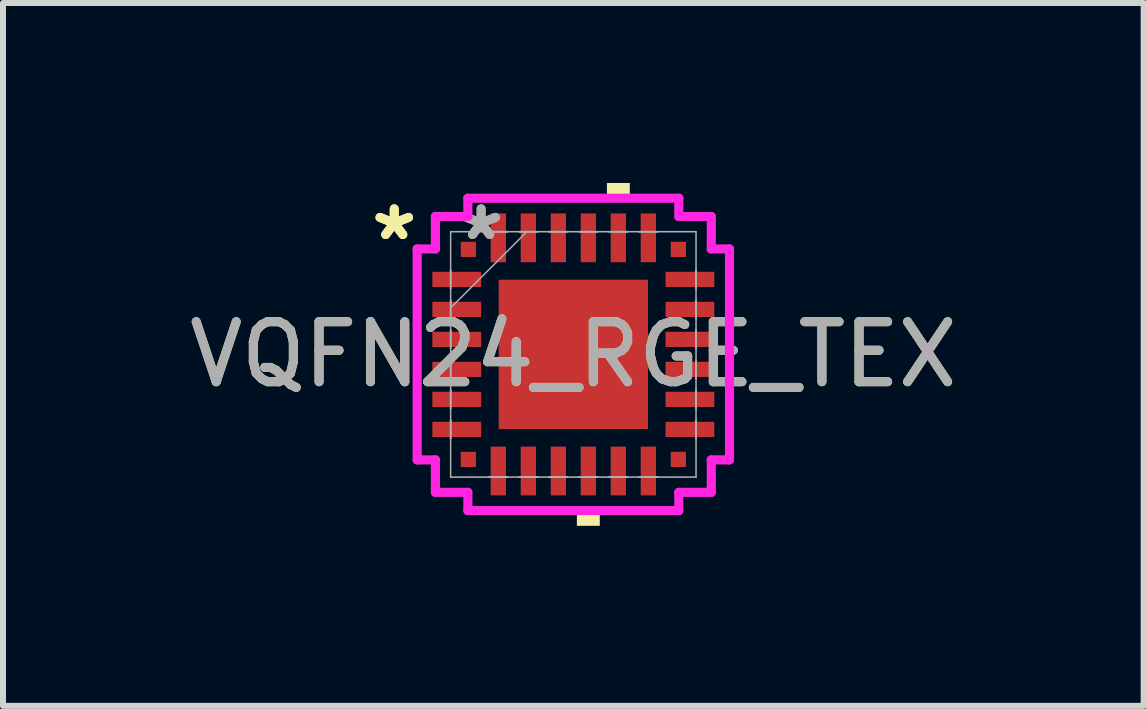
<source format=kicad_pcb>
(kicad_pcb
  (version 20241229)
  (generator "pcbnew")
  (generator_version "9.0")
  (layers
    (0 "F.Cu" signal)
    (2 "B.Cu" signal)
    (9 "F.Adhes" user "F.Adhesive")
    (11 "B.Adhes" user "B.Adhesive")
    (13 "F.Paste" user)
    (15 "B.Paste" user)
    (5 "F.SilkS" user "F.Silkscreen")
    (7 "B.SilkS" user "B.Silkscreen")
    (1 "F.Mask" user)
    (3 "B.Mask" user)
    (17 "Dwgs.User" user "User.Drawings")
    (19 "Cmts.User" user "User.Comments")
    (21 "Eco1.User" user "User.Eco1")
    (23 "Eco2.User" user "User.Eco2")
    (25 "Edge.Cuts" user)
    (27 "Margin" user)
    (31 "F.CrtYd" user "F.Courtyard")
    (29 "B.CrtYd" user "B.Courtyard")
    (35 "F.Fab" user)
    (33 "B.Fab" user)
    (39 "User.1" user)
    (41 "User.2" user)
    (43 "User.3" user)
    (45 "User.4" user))
  (footprint "VQFN24_RGE_TEX"
    (layer "F.Cu")
    (at 6.506 2.857)
    (property "Reference" "VQFN24_RGE_TEX" (at 0 0 0) (unlocked yes) (layer "F.SilkS") (effects (font (size 1 1) (thickness 0.15))))
    (attr smd)
    (fp_poly (pts (xy 0.059 2.603) (xy 0.059 2.857) (xy 0.441 2.857) (xy 0.441 2.603)) (stroke (width 0) (type solid)) (fill yes) (layer "F.SilkS"))
    (fp_poly (pts (xy 0.56 -2.603) (xy 0.56 -2.857) (xy 0.941 -2.857) (xy 0.941 -2.603)) (stroke (width 0) (type solid)) (fill yes) (layer "F.SilkS"))
    (fp_line (start -2.603 -1.758) (end -2.299 -1.758) (stroke (width 0.152) (type solid)) (layer "F.CrtYd"))
    (fp_line (start -2.603 1.758) (end -2.603 -1.758) (stroke (width 0.152) (type solid)) (layer "F.CrtYd"))
    (fp_line (start -2.603 1.758) (end -2.299 1.758) (stroke (width 0.152) (type solid)) (layer "F.CrtYd"))
    (fp_line (start -2.299 -2.299) (end -1.758 -2.299) (stroke (width 0.152) (type solid)) (layer "F.CrtYd"))
    (fp_line (start -2.299 -1.758) (end -2.299 -2.299) (stroke (width 0.152) (type solid)) (layer "F.CrtYd"))
    (fp_line (start -2.299 2.299) (end -2.299 1.758) (stroke (width 0.152) (type solid)) (layer "F.CrtYd"))
    (fp_line (start -1.758 -2.603) (end 1.758 -2.603) (stroke (width 0.152) (type solid)) (layer "F.CrtYd"))
    (fp_line (start -1.758 -2.299) (end -1.758 -2.603) (stroke (width 0.152) (type solid)) (layer "F.CrtYd"))
    (fp_line (start -1.758 2.299) (end -2.299 2.299) (stroke (width 0.152) (type solid)) (layer "F.CrtYd"))
    (fp_line (start -1.758 2.603) (end -1.758 2.299) (stroke (width 0.152) (type solid)) (layer "F.CrtYd"))
    (fp_line (start 1.758 -2.603) (end 1.758 -2.299) (stroke (width 0.152) (type solid)) (layer "F.CrtYd"))
    (fp_line (start 1.758 -2.299) (end 2.299 -2.299) (stroke (width 0.152) (type solid)) (layer "F.CrtYd"))
    (fp_line (start 1.758 2.299) (end 1.758 2.603) (stroke (width 0.152) (type solid)) (layer "F.CrtYd"))
    (fp_line (start 1.758 2.603) (end -1.758 2.603) (stroke (width 0.152) (type solid)) (layer "F.CrtYd"))
    (fp_line (start 2.299 -2.299) (end 2.299 -1.758) (stroke (width 0.152) (type solid)) (layer "F.CrtYd"))
    (fp_line (start 2.299 -1.758) (end 2.603 -1.758) (stroke (width 0.152) (type solid)) (layer "F.CrtYd"))
    (fp_line (start 2.299 1.758) (end 2.299 2.299) (stroke (width 0.152) (type solid)) (layer "F.CrtYd"))
    (fp_line (start 2.299 2.299) (end 1.758 2.299) (stroke (width 0.152) (type solid)) (layer "F.CrtYd"))
    (fp_line (start 2.603 -1.758) (end 2.603 1.758) (stroke (width 0.152) (type solid)) (layer "F.CrtYd"))
    (fp_line (start 2.603 1.758) (end 2.299 1.758) (stroke (width 0.152) (type solid)) (layer "F.CrtYd"))
    (fp_line (start -2.045 -2.045) (end -2.045 2.045) (stroke (width 0.025) (type solid)) (layer "F.Fab"))
    (fp_line (start -2.045 -1.402) (end -2.045 -1.402) (stroke (width 0.025) (type solid)) (layer "F.Fab"))
    (fp_line (start -2.045 -1.402) (end -2.045 -1.098) (stroke (width 0.025) (type solid)) (layer "F.Fab"))
    (fp_line (start -2.045 -1.098) (end -2.045 -1.402) (stroke (width 0.025) (type solid)) (layer "F.Fab"))
    (fp_line (start -2.045 -1.098) (end -2.045 -1.098) (stroke (width 0.025) (type solid)) (layer "F.Fab"))
    (fp_line (start -2.045 -0.902) (end -2.045 -0.902) (stroke (width 0.025) (type solid)) (layer "F.Fab"))
    (fp_line (start -2.045 -0.902) (end -2.045 -0.598) (stroke (width 0.025) (type solid)) (layer "F.Fab"))
    (fp_line (start -2.045 -0.775) (end -0.775 -2.045) (stroke (width 0.025) (type solid)) (layer "F.Fab"))
    (fp_line (start -2.045 -0.598) (end -2.045 -0.902) (stroke (width 0.025) (type solid)) (layer "F.Fab"))
    (fp_line (start -2.045 -0.598) (end -2.045 -0.598) (stroke (width 0.025) (type solid)) (layer "F.Fab"))
    (fp_line (start -2.045 -0.402) (end -2.045 -0.402) (stroke (width 0.025) (type solid)) (layer "F.Fab"))
    (fp_line (start -2.045 -0.402) (end -2.045 -0.098) (stroke (width 0.025) (type solid)) (layer "F.Fab"))
    (fp_line (start -2.045 -0.098) (end -2.045 -0.402) (stroke (width 0.025) (type solid)) (layer "F.Fab"))
    (fp_line (start -2.045 -0.098) (end -2.045 -0.098) (stroke (width 0.025) (type solid)) (layer "F.Fab"))
    (fp_line (start -2.045 0.098) (end -2.045 0.098) (stroke (width 0.025) (type solid)) (layer "F.Fab"))
    (fp_line (start -2.045 0.098) (end -2.045 0.402) (stroke (width 0.025) (type solid)) (layer "F.Fab"))
    (fp_line (start -2.045 0.402) (end -2.045 0.098) (stroke (width 0.025) (type solid)) (layer "F.Fab"))
    (fp_line (start -2.045 0.402) (end -2.045 0.402) (stroke (width 0.025) (type solid)) (layer "F.Fab"))
    (fp_line (start -2.045 0.598) (end -2.045 0.598) (stroke (width 0.025) (type solid)) (layer "F.Fab"))
    (fp_line (start -2.045 0.598) (end -2.045 0.902) (stroke (width 0.025) (type solid)) (layer "F.Fab"))
    (fp_line (start -2.045 0.902) (end -2.045 0.598) (stroke (width 0.025) (type solid)) (layer "F.Fab"))
    (fp_line (start -2.045 0.902) (end -2.045 0.902) (stroke (width 0.025) (type solid)) (layer "F.Fab"))
    (fp_line (start -2.045 1.098) (end -2.045 1.098) (stroke (width 0.025) (type solid)) (layer "F.Fab"))
    (fp_line (start -2.045 1.098) (end -2.045 1.402) (stroke (width 0.025) (type solid)) (layer "F.Fab"))
    (fp_line (start -2.045 1.402) (end -2.045 1.098) (stroke (width 0.025) (type solid)) (layer "F.Fab"))
    (fp_line (start -2.045 1.402) (end -2.045 1.402) (stroke (width 0.025) (type solid)) (layer "F.Fab"))
    (fp_line (start -2.045 2.045) (end 2.045 2.045) (stroke (width 0.025) (type solid)) (layer "F.Fab"))
    (fp_line (start -1.402 -2.045) (end -1.402 -2.045) (stroke (width 0.025) (type solid)) (layer "F.Fab"))
    (fp_line (start -1.402 -2.045) (end -1.098 -2.045) (stroke (width 0.025) (type solid)) (layer "F.Fab"))
    (fp_line (start -1.402 2.045) (end -1.402 2.045) (stroke (width 0.025) (type solid)) (layer "F.Fab"))
    (fp_line (start -1.402 2.045) (end -1.098 2.045) (stroke (width 0.025) (type solid)) (layer "F.Fab"))
    (fp_line (start -1.098 -2.045) (end -1.402 -2.045) (stroke (width 0.025) (type solid)) (layer "F.Fab"))
    (fp_line (start -1.098 -2.045) (end -1.098 -2.045) (stroke (width 0.025) (type solid)) (layer "F.Fab"))
    (fp_line (start -1.098 2.045) (end -1.402 2.045) (stroke (width 0.025) (type solid)) (layer "F.Fab"))
    (fp_line (start -1.098 2.045) (end -1.098 2.045) (stroke (width 0.025) (type solid)) (layer "F.Fab"))
    (fp_line (start -0.902 -2.045) (end -0.902 -2.045) (stroke (width 0.025) (type solid)) (layer "F.Fab"))
    (fp_line (start -0.902 -2.045) (end -0.598 -2.045) (stroke (width 0.025) (type solid)) (layer "F.Fab"))
    (fp_line (start -0.902 2.045) (end -0.902 2.045) (stroke (width 0.025) (type solid)) (layer "F.Fab"))
    (fp_line (start -0.902 2.045) (end -0.598 2.045) (stroke (width 0.025) (type solid)) (layer "F.Fab"))
    (fp_line (start -0.598 -2.045) (end -0.902 -2.045) (stroke (width 0.025) (type solid)) (layer "F.Fab"))
    (fp_line (start -0.598 -2.045) (end -0.598 -2.045) (stroke (width 0.025) (type solid)) (layer "F.Fab"))
    (fp_line (start -0.598 2.045) (end -0.902 2.045) (stroke (width 0.025) (type solid)) (layer "F.Fab"))
    (fp_line (start -0.598 2.045) (end -0.598 2.045) (stroke (width 0.025) (type solid)) (layer "F.Fab"))
    (fp_line (start -0.402 -2.045) (end -0.402 -2.045) (stroke (width 0.025) (type solid)) (layer "F.Fab"))
    (fp_line (start -0.402 -2.045) (end -0.098 -2.045) (stroke (width 0.025) (type solid)) (layer "F.Fab"))
    (fp_line (start -0.402 2.045) (end -0.402 2.045) (stroke (width 0.025) (type solid)) (layer "F.Fab"))
    (fp_line (start -0.402 2.045) (end -0.098 2.045) (stroke (width 0.025) (type solid)) (layer "F.Fab"))
    (fp_line (start -0.098 -2.045) (end -0.402 -2.045) (stroke (width 0.025) (type solid)) (layer "F.Fab"))
    (fp_line (start -0.098 -2.045) (end -0.098 -2.045) (stroke (width 0.025) (type solid)) (layer "F.Fab"))
    (fp_line (start -0.098 2.045) (end -0.402 2.045) (stroke (width 0.025) (type solid)) (layer "F.Fab"))
    (fp_line (start -0.098 2.045) (end -0.098 2.045) (stroke (width 0.025) (type solid)) (layer "F.Fab"))
    (fp_line (start 0.098 -2.045) (end 0.098 -2.045) (stroke (width 0.025) (type solid)) (layer "F.Fab"))
    (fp_line (start 0.098 -2.045) (end 0.402 -2.045) (stroke (width 0.025) (type solid)) (layer "F.Fab"))
    (fp_line (start 0.098 2.045) (end 0.098 2.045) (stroke (width 0.025) (type solid)) (layer "F.Fab"))
    (fp_line (start 0.098 2.045) (end 0.402 2.045) (stroke (width 0.025) (type solid)) (layer "F.Fab"))
    (fp_line (start 0.402 -2.045) (end 0.098 -2.045) (stroke (width 0.025) (type solid)) (layer "F.Fab"))
    (fp_line (start 0.402 -2.045) (end 0.402 -2.045) (stroke (width 0.025) (type solid)) (layer "F.Fab"))
    (fp_line (start 0.402 2.045) (end 0.098 2.045) (stroke (width 0.025) (type solid)) (layer "F.Fab"))
    (fp_line (start 0.402 2.045) (end 0.402 2.045) (stroke (width 0.025) (type solid)) (layer "F.Fab"))
    (fp_line (start 0.598 -2.045) (end 0.598 -2.045) (stroke (width 0.025) (type solid)) (layer "F.Fab"))
    (fp_line (start 0.598 -2.045) (end 0.902 -2.045) (stroke (width 0.025) (type solid)) (layer "F.Fab"))
    (fp_line (start 0.598 2.045) (end 0.598 2.045) (stroke (width 0.025) (type solid)) (layer "F.Fab"))
    (fp_line (start 0.598 2.045) (end 0.902 2.045) (stroke (width 0.025) (type solid)) (layer "F.Fab"))
    (fp_line (start 0.902 -2.045) (end 0.598 -2.045) (stroke (width 0.025) (type solid)) (layer "F.Fab"))
    (fp_line (start 0.902 -2.045) (end 0.902 -2.045) (stroke (width 0.025) (type solid)) (layer "F.Fab"))
    (fp_line (start 0.902 2.045) (end 0.598 2.045) (stroke (width 0.025) (type solid)) (layer "F.Fab"))
    (fp_line (start 0.902 2.045) (end 0.902 2.045) (stroke (width 0.025) (type solid)) (layer "F.Fab"))
    (fp_line (start 1.098 -2.045) (end 1.098 -2.045) (stroke (width 0.025) (type solid)) (layer "F.Fab"))
    (fp_line (start 1.098 -2.045) (end 1.402 -2.045) (stroke (width 0.025) (type solid)) (layer "F.Fab"))
    (fp_line (start 1.098 2.045) (end 1.098 2.045) (stroke (width 0.025) (type solid)) (layer "F.Fab"))
    (fp_line (start 1.098 2.045) (end 1.402 2.045) (stroke (width 0.025) (type solid)) (layer "F.Fab"))
    (fp_line (start 1.402 -2.045) (end 1.098 -2.045) (stroke (width 0.025) (type solid)) (layer "F.Fab"))
    (fp_line (start 1.402 -2.045) (end 1.402 -2.045) (stroke (width 0.025) (type solid)) (layer "F.Fab"))
    (fp_line (start 1.402 2.045) (end 1.098 2.045) (stroke (width 0.025) (type solid)) (layer "F.Fab"))
    (fp_line (start 1.402 2.045) (end 1.402 2.045) (stroke (width 0.025) (type solid)) (layer "F.Fab"))
    (fp_line (start 2.045 -2.045) (end -2.045 -2.045) (stroke (width 0.025) (type solid)) (layer "F.Fab"))
    (fp_line (start 2.045 -1.402) (end 2.045 -1.402) (stroke (width 0.025) (type solid)) (layer "F.Fab"))
    (fp_line (start 2.045 -1.402) (end 2.045 -1.098) (stroke (width 0.025) (type solid)) (layer "F.Fab"))
    (fp_line (start 2.045 -1.098) (end 2.045 -1.402) (stroke (width 0.025) (type solid)) (layer "F.Fab"))
    (fp_line (start 2.045 -1.098) (end 2.045 -1.098) (stroke (width 0.025) (type solid)) (layer "F.Fab"))
    (fp_line (start 2.045 -0.902) (end 2.045 -0.902) (stroke (width 0.025) (type solid)) (layer "F.Fab"))
    (fp_line (start 2.045 -0.902) (end 2.045 -0.598) (stroke (width 0.025) (type solid)) (layer "F.Fab"))
    (fp_line (start 2.045 -0.598) (end 2.045 -0.902) (stroke (width 0.025) (type solid)) (layer "F.Fab"))
    (fp_line (start 2.045 -0.598) (end 2.045 -0.598) (stroke (width 0.025) (type solid)) (layer "F.Fab"))
    (fp_line (start 2.045 -0.402) (end 2.045 -0.402) (stroke (width 0.025) (type solid)) (layer "F.Fab"))
    (fp_line (start 2.045 -0.402) (end 2.045 -0.098) (stroke (width 0.025) (type solid)) (layer "F.Fab"))
    (fp_line (start 2.045 -0.098) (end 2.045 -0.402) (stroke (width 0.025) (type solid)) (layer "F.Fab"))
    (fp_line (start 2.045 -0.098) (end 2.045 -0.098) (stroke (width 0.025) (type solid)) (layer "F.Fab"))
    (fp_line (start 2.045 0.098) (end 2.045 0.098) (stroke (width 0.025) (type solid)) (layer "F.Fab"))
    (fp_line (start 2.045 0.098) (end 2.045 0.402) (stroke (width 0.025) (type solid)) (layer "F.Fab"))
    (fp_line (start 2.045 0.402) (end 2.045 0.098) (stroke (width 0.025) (type solid)) (layer "F.Fab"))
    (fp_line (start 2.045 0.402) (end 2.045 0.402) (stroke (width 0.025) (type solid)) (layer "F.Fab"))
    (fp_line (start 2.045 0.598) (end 2.045 0.598) (stroke (width 0.025) (type solid)) (layer "F.Fab"))
    (fp_line (start 2.045 0.598) (end 2.045 0.902) (stroke (width 0.025) (type solid)) (layer "F.Fab"))
    (fp_line (start 2.045 0.902) (end 2.045 0.598) (stroke (width 0.025) (type solid)) (layer "F.Fab"))
    (fp_line (start 2.045 0.902) (end 2.045 0.902) (stroke (width 0.025) (type solid)) (layer "F.Fab"))
    (fp_line (start 2.045 1.098) (end 2.045 1.098) (stroke (width 0.025) (type solid)) (layer "F.Fab"))
    (fp_line (start 2.045 1.098) (end 2.045 1.402) (stroke (width 0.025) (type solid)) (layer "F.Fab"))
    (fp_line (start 2.045 1.402) (end 2.045 1.098) (stroke (width 0.025) (type solid)) (layer "F.Fab"))
    (fp_line (start 2.045 1.402) (end 2.045 1.402) (stroke (width 0.025) (type solid)) (layer "F.Fab"))
    (fp_line (start 2.045 2.045) (end 2.045 -2.045) (stroke (width 0.025) (type solid)) (layer "F.Fab"))
    (fp_text user "*" (at -2.985 -1.881 0) (layer "F.SilkS") (effects (font (size 1 1) (thickness 0.15))))
    (fp_text user "*" (at -2.985 -1.881 0) (unlocked yes) (layer "F.SilkS") (effects (font (size 1 1) (thickness 0.15))))
    (fp_text user "*" (at -1.537 -1.881 0) (layer "F.Fab") (effects (font (size 1 1) (thickness 0.15))))
    (fp_text user "${REFERENCE}" (at 0 0 0) (unlocked yes) (layer "F.Fab") (effects (font (size 1 1) (thickness 0.15))))
    (fp_text user "*" (at -1.537 -1.881 0) (unlocked yes) (layer "F.Fab") (effects (font (size 1 1) (thickness 0.15))))
    (pad "1" smd rect (at -1.943 -1.25 90) (size 0.254 0.813) (layers "F.Cu" "F.Mask" "F.Paste"))
    (pad "2" smd rect (at -1.943 -0.75 90) (size 0.254 0.813) (layers "F.Cu" "F.Mask" "F.Paste"))
    (pad "3" smd rect (at -1.943 -0.25 90) (size 0.254 0.813) (layers "F.Cu" "F.Mask" "F.Paste"))
    (pad "4" smd rect (at -1.943 0.25 90) (size 0.254 0.813) (layers "F.Cu" "F.Mask" "F.Paste"))
    (pad "5" smd rect (at -1.943 0.75 90) (size 0.254 0.813) (layers "F.Cu" "F.Mask" "F.Paste"))
    (pad "6" smd rect (at -1.943 1.25 90) (size 0.254 0.813) (layers "F.Cu" "F.Mask" "F.Paste"))
    (pad "7" smd rect (at -1.25 1.943) (size 0.254 0.813) (layers "F.Cu" "F.Mask" "F.Paste"))
    (pad "8" smd rect (at -0.75 1.943) (size 0.254 0.813) (layers "F.Cu" "F.Mask" "F.Paste"))
    (pad "9" smd rect (at -0.25 1.943) (size 0.254 0.813) (layers "F.Cu" "F.Mask" "F.Paste"))
    (pad "10" smd rect (at 0.25 1.943) (size 0.254 0.813) (layers "F.Cu" "F.Mask" "F.Paste"))
    (pad "11" smd rect (at 0.75 1.943) (size 0.254 0.813) (layers "F.Cu" "F.Mask" "F.Paste"))
    (pad "12" smd rect (at 1.25 1.943) (size 0.254 0.813) (layers "F.Cu" "F.Mask" "F.Paste"))
    (pad "13" smd rect (at 1.943 1.25 90) (size 0.254 0.813) (layers "F.Cu" "F.Mask" "F.Paste"))
    (pad "14" smd rect (at 1.943 0.75 90) (size 0.254 0.813) (layers "F.Cu" "F.Mask" "F.Paste"))
    (pad "15" smd rect (at 1.943 0.25 90) (size 0.254 0.813) (layers "F.Cu" "F.Mask" "F.Paste"))
    (pad "16" smd rect (at 1.943 -0.25 90) (size 0.254 0.813) (layers "F.Cu" "F.Mask" "F.Paste"))
    (pad "17" smd rect (at 1.943 -0.75 90) (size 0.254 0.813) (layers "F.Cu" "F.Mask" "F.Paste"))
    (pad "18" smd rect (at 1.943 -1.25 90) (size 0.254 0.813) (layers "F.Cu" "F.Mask" "F.Paste"))
    (pad "19" smd rect (at 1.25 -1.943) (size 0.254 0.813) (layers "F.Cu" "F.Mask" "F.Paste"))
    (pad "20" smd rect (at 0.75 -1.943) (size 0.254 0.813) (layers "F.Cu" "F.Mask" "F.Paste"))
    (pad "21" smd rect (at 0.25 -1.943) (size 0.254 0.813) (layers "F.Cu" "F.Mask" "F.Paste"))
    (pad "22" smd rect (at -0.25 -1.943) (size 0.254 0.813) (layers "F.Cu" "F.Mask" "F.Paste"))
    (pad "23" smd rect (at -0.75 -1.943) (size 0.254 0.813) (layers "F.Cu" "F.Mask" "F.Paste"))
    (pad "24" smd rect (at -1.25 -1.943) (size 0.254 0.813) (layers "F.Cu" "F.Mask" "F.Paste"))
    (pad "25" smd rect (at 0 0) (size 2.489 2.489) (layers "F.Cu" "F.Mask" "F.Paste"))
    (pad "A1" smd rect (at -1.75 -1.75) (size 0.254 0.254) (layers "F.Cu" "F.Mask" "F.Paste"))
    (pad "A2" smd rect (at -1.75 1.75) (size 0.254 0.254) (layers "F.Cu" "F.Mask" "F.Paste"))
    (pad "A3" smd rect (at 1.75 1.75) (size 0.254 0.254) (layers "F.Cu" "F.Mask" "F.Paste"))
    (pad "A4" smd rect (at 1.75 -1.75) (size 0.254 0.254) (layers "F.Cu" "F.Mask" "F.Paste")))
  (gr_rect
    (start -3 -3)
    (end 16.012 8.715)
    (stroke (width 0.1) (type default))
    (fill no)
    (layer "Edge.Cuts")))
</source>
